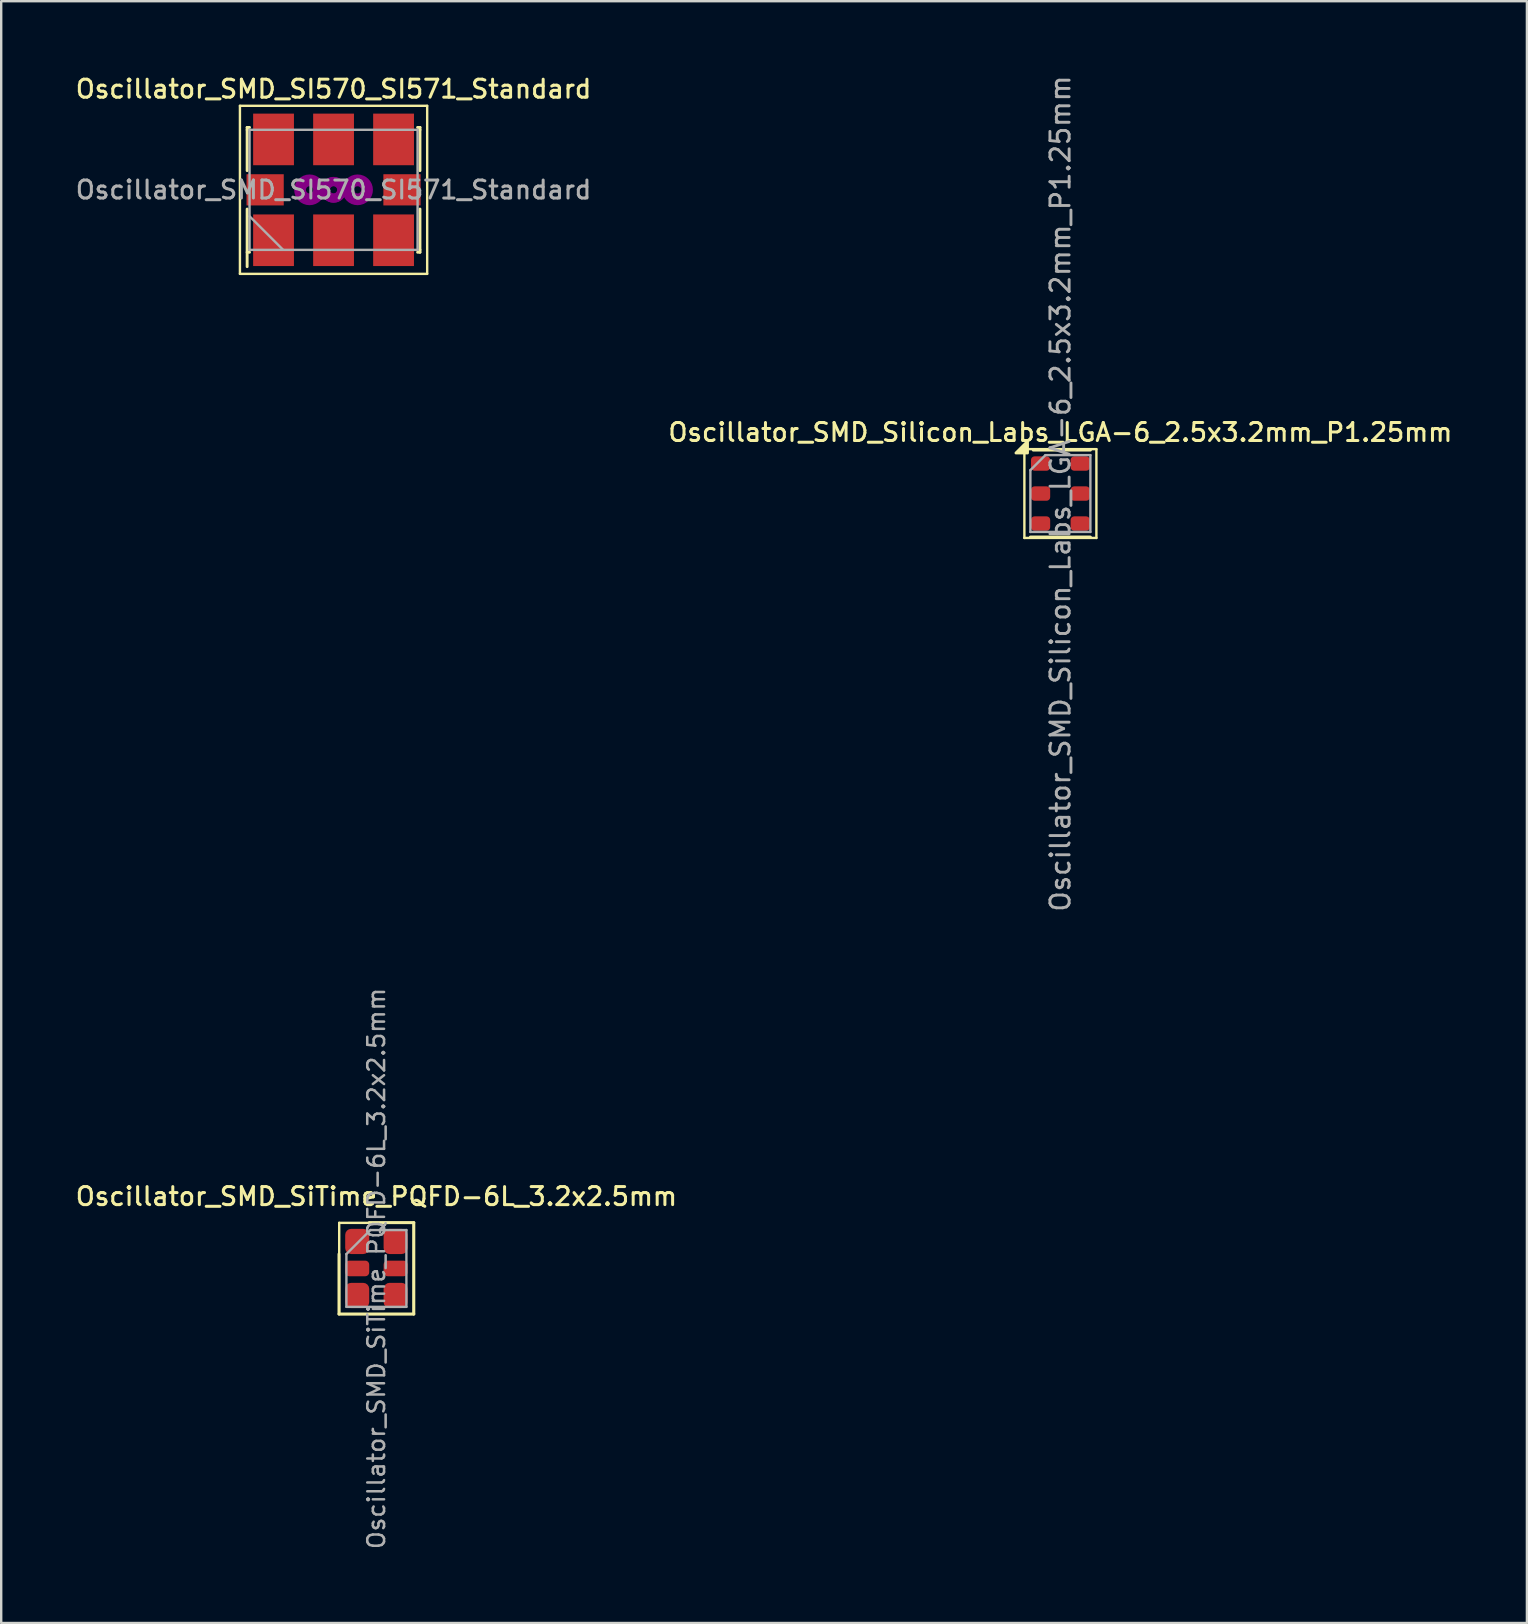
<source format=kicad_pcb>
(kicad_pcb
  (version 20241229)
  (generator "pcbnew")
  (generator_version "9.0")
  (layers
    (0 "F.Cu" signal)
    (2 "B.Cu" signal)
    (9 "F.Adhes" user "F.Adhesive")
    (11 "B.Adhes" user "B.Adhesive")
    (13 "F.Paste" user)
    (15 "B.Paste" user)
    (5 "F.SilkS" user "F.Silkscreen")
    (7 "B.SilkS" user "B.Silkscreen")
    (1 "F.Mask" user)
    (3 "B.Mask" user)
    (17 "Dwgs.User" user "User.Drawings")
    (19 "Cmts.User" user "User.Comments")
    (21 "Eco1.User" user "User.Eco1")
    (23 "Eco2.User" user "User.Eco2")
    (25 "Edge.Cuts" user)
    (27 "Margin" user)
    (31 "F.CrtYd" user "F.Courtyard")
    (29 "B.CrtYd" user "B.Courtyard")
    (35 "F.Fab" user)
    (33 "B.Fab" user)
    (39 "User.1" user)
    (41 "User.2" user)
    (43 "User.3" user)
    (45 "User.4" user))
  (footprint "Oscillator_SMD_SiTime_PQFD-6L_3.2x2.5mm"
    (layer "F.Cu")
    (at 12.63 49.79)
    (property "Reference" "Oscillator_SMD_SiTime_PQFD-6L_3.2x2.5mm" (at 0 -3 0) (layer "F.SilkS") (effects (font (size 0.75 0.75) (thickness 0.125))))
    (attr smd)
    (fp_line (start -1.56 -0.6) (end -1.56 1.9) (stroke (width 0.12) (type solid)) (layer "F.SilkS"))
    (fp_line (start -1.55 -1.9) (end -1.55 1.9) (stroke (width 0.1) (type solid)) (layer "F.SilkS"))
    (fp_line (start -1.55 1.9) (end 1.55 1.9) (stroke (width 0.1) (type solid)) (layer "F.SilkS"))
    (fp_line (start 1.55 -1.9) (end -1.55 -1.9) (stroke (width 0.1) (type solid)) (layer "F.SilkS"))
    (fp_line (start 1.55 1.9) (end 1.55 -1.9) (stroke (width 0.1) (type solid)) (layer "F.SilkS"))
    (fp_line (start 1.56 -1.91) (end -0.3 -1.91) (stroke (width 0.12) (type solid)) (layer "F.SilkS"))
    (fp_line (start 1.56 -1.905) (end 1.56 1.9) (stroke (width 0.12) (type solid)) (layer "F.SilkS"))
    (fp_line (start 1.56 1.9) (end -1.56 1.9) (stroke (width 0.12) (type solid)) (layer "F.SilkS"))
    (fp_line (start -1.25 1.6) (end -1.25 -0.6) (stroke (width 0.1) (type solid)) (layer "F.Fab"))
    (fp_line (start -0.25 -1.6) (end -1.25 -0.6) (stroke (width 0.1) (type solid)) (layer "F.Fab"))
    (fp_line (start -0.25 -1.6) (end 1.25 -1.6) (stroke (width 0.1) (type solid)) (layer "F.Fab"))
    (fp_line (start 1.25 -1.6) (end 1.25 1.6) (stroke (width 0.1) (type solid)) (layer "F.Fab"))
    (fp_line (start 1.25 1.6) (end -1.25 1.6) (stroke (width 0.1) (type solid)) (layer "F.Fab"))
    (fp_text user "${REFERENCE}" (at 0 0 270) (layer "F.Fab") (effects (font (size 0.7 0.7) (thickness 0.105))))
    (pad "1" smd roundrect (at -0.8 -1.125) (size 1 1.05) (layers "F.Cu" "F.Mask" "F.Paste") (roundrect_rratio 0.25))
    (pad "2" smd roundrect (at -0.8 0) (size 1 0.65) (layers "F.Cu" "F.Mask" "F.Paste") (roundrect_rratio 0.25))
    (pad "3" smd roundrect (at -0.8 1.125) (size 1 1.05) (layers "F.Cu" "F.Mask" "F.Paste") (roundrect_rratio 0.25))
    (pad "4" smd roundrect (at 0.8 1.125) (size 1 1.05) (layers "F.Cu" "F.Mask" "F.Paste") (roundrect_rratio 0.25))
    (pad "5" smd roundrect (at 0.8 0) (size 1 0.65) (layers "F.Cu" "F.Mask" "F.Paste") (roundrect_rratio 0.25))
    (pad "6" smd roundrect (at 0.8 -1.125) (size 1 1.05) (layers "F.Cu" "F.Mask" "F.Paste") (roundrect_rratio 0.25)))
  (footprint "Oscillator_SMD_SI570_SI571_Standard"
    (layer "F.Cu")
    (at 10.845 4.858)
    (property "Reference" "Oscillator_SMD_SI570_SI571_Standard" (at 0 -4.2 0) (layer "F.SilkS") (effects (font (size 0.75 0.75) (thickness 0.125))))
    (attr smd)
    (fp_line (start -3.9 -3.5) (end 3.9 -3.5) (stroke (width 0.1) (type solid)) (layer "F.SilkS"))
    (fp_line (start -3.9 3.5) (end -3.9 -3.5) (stroke (width 0.1) (type solid)) (layer "F.SilkS"))
    (fp_line (start -3.6 -2.6) (end -3.5 -2.6) (stroke (width 0.12) (type solid)) (layer "F.SilkS"))
    (fp_line (start -3.6 -2.5) (end -3.6 -2.6) (stroke (width 0.12) (type solid)) (layer "F.SilkS"))
    (fp_line (start -3.6 -2.5) (end -3.6 -0.8) (stroke (width 0.12) (type solid)) (layer "F.SilkS"))
    (fp_line (start -3.6 0.8) (end -3.6 3.2) (stroke (width 0.12) (type solid)) (layer "F.SilkS"))
    (fp_line (start -3.6 2.6) (end -3.5 2.6) (stroke (width 0.12) (type solid)) (layer "F.SilkS"))
    (fp_line (start 3.6 -2.6) (end 3.5 -2.6) (stroke (width 0.12) (type solid)) (layer "F.SilkS"))
    (fp_line (start 3.6 -2.5) (end 3.6 -2.6) (stroke (width 0.12) (type solid)) (layer "F.SilkS"))
    (fp_line (start 3.6 -0.8) (end 3.6 -2.5) (stroke (width 0.12) (type solid)) (layer "F.SilkS"))
    (fp_line (start 3.6 2.5) (end 3.6 0.8) (stroke (width 0.12) (type solid)) (layer "F.SilkS"))
    (fp_line (start 3.6 2.5) (end 3.6 2.6) (stroke (width 0.12) (type solid)) (layer "F.SilkS"))
    (fp_line (start 3.6 2.6) (end 3.5 2.6) (stroke (width 0.12) (type solid)) (layer "F.SilkS"))
    (fp_line (start 3.9 -3.5) (end 3.9 3.5) (stroke (width 0.1) (type solid)) (layer "F.SilkS"))
    (fp_line (start 3.9 3.5) (end -3.9 3.5) (stroke (width 0.1) (type solid)) (layer "F.SilkS"))
    (fp_circle (center -1 0) (end -0.85 0) (stroke (width 0.38) (type solid)) (fill no) (layer "F.Adhes"))
    (fp_circle (center -1 0) (end -0.55 0) (stroke (width 0.38) (type solid)) (fill no) (layer "F.Adhes"))
    (fp_circle (center 0 0) (end 0.15 0) (stroke (width 0.38) (type solid)) (fill no) (layer "F.Adhes"))
    (fp_circle (center 0 0) (end 0.35 0) (stroke (width 0.38) (type solid)) (fill no) (layer "F.Adhes"))
    (fp_circle (center 1 0) (end 0.55 0) (stroke (width 0.38) (type solid)) (fill no) (layer "F.Adhes"))
    (fp_circle (center 1 0) (end 0.85 0) (stroke (width 0.38) (type solid)) (fill no) (layer "F.Adhes"))
    (fp_line (start -3.5 -2.5) (end -3.5 2.5) (stroke (width 0.1) (type solid)) (layer "F.Fab"))
    (fp_line (start -3.5 1.1) (end -2.1 2.5) (stroke (width 0.1) (type solid)) (layer "F.Fab"))
    (fp_line (start -3.5 2.5) (end 3.5 2.5) (stroke (width 0.1) (type solid)) (layer "F.Fab"))
    (fp_line (start 3.5 -2.5) (end -3.5 -2.5) (stroke (width 0.1) (type solid)) (layer "F.Fab"))
    (fp_line (start 3.5 2.5) (end 3.5 -2.5) (stroke (width 0.1) (type solid)) (layer "F.Fab"))
    (fp_text user "${REFERENCE}" (at 0 0 0) (layer "F.Fab") (effects (font (size 0.75 0.75) (thickness 0.125))))
    (pad "1" smd rect (at -2.5 2.1) (size 1.7 2.15) (layers "F.Cu" "F.Mask" "F.Paste"))
    (pad "2" smd rect (at 0 2.1) (size 1.7 2.15) (layers "F.Cu" "F.Mask" "F.Paste"))
    (pad "3" smd rect (at 2.5 2.1) (size 1.7 2.15) (layers "F.Cu" "F.Mask" "F.Paste"))
    (pad "4" smd rect (at 2.5 -2.1) (size 1.7 2.15) (layers "F.Cu" "F.Mask" "F.Paste"))
    (pad "5" smd rect (at 0 -2.1) (size 1.7 2.15) (layers "F.Cu" "F.Mask" "F.Paste"))
    (pad "6" smd rect (at -2.5 -2.1) (size 1.7 2.15) (layers "F.Cu" "F.Mask" "F.Paste"))
    (pad "7" smd rect (at -2.85 0) (size 1.55 1.3) (layers "F.Cu" "F.Mask" "F.Paste"))
    (pad "8" smd rect (at 2.85 0) (size 1.55 1.3) (layers "F.Cu" "F.Mask" "F.Paste")))
  (footprint "Oscillator_SMD_Silicon_Labs_LGA-6_2.5x3.2mm_P1.25mm"
    (layer "F.Cu")
    (at 41.123 17.51)
    (property "Reference" "Oscillator_SMD_Silicon_Labs_LGA-6_2.5x3.2mm_P1.25mm" (at 0 -2.55 0) (layer "F.SilkS") (effects (font (size 0.75 0.75) (thickness 0.125))))
    (attr smd)
    (fp_line (start -1.5 -1.85) (end -1.5 1.85) (stroke (width 0.1) (type solid)) (layer "F.SilkS"))
    (fp_line (start -1.5 1.85) (end 1.5 1.85) (stroke (width 0.1) (type solid)) (layer "F.SilkS"))
    (fp_line (start -1.25 1.81) (end 1.25 1.81) (stroke (width 0.12) (type solid)) (layer "F.SilkS"))
    (fp_line (start -1.13 -1.81) (end 1.25 -1.81) (stroke (width 0.12) (type solid)) (layer "F.SilkS"))
    (fp_line (start 1.5 -1.85) (end -1.5 -1.85) (stroke (width 0.1) (type solid)) (layer "F.SilkS"))
    (fp_line (start 1.5 1.85) (end 1.5 -1.85) (stroke (width 0.1) (type solid)) (layer "F.SilkS"))
    (fp_poly (pts (xy -1.37 -1.69) (xy -1.85 -1.69) (xy -1.37 -2.17) (xy -1.37 -1.69)) (stroke (width 0.12) (type solid)) (fill yes) (layer "F.SilkS"))
    (fp_line (start -1.25 -0.975) (end -0.625 -1.6) (stroke (width 0.1) (type solid)) (layer "F.Fab"))
    (fp_line (start -1.25 1.6) (end -1.25 -0.975) (stroke (width 0.1) (type solid)) (layer "F.Fab"))
    (fp_line (start -0.625 -1.6) (end 1.25 -1.6) (stroke (width 0.1) (type solid)) (layer "F.Fab"))
    (fp_line (start 1.25 -1.6) (end 1.25 1.6) (stroke (width 0.1) (type solid)) (layer "F.Fab"))
    (fp_line (start 1.25 1.6) (end -1.25 1.6) (stroke (width 0.1) (type solid)) (layer "F.Fab"))
    (fp_text user "${REFERENCE}" (at 0 0 90) (layer "F.Fab") (effects (font (size 0.8 0.8) (thickness 0.12))))
    (pad "1" smd roundrect (at -0.825 -1.25) (size 0.8 0.6) (layers "F.Cu" "F.Mask" "F.Paste") (roundrect_rratio 0.25))
    (pad "2" smd roundrect (at -0.825 0) (size 0.8 0.6) (layers "F.Cu" "F.Mask" "F.Paste") (roundrect_rratio 0.25))
    (pad "3" smd roundrect (at -0.825 1.25) (size 0.8 0.6) (layers "F.Cu" "F.Mask" "F.Paste") (roundrect_rratio 0.25))
    (pad "4" smd roundrect (at 0.825 1.25) (size 0.8 0.6) (layers "F.Cu" "F.Mask" "F.Paste") (roundrect_rratio 0.25))
    (pad "5" smd roundrect (at 0.825 0) (size 0.8 0.6) (layers "F.Cu" "F.Mask" "F.Paste") (roundrect_rratio 0.25))
    (pad "6" smd roundrect (at 0.825 -1.25) (size 0.8 0.6) (layers "F.Cu" "F.Mask" "F.Paste") (roundrect_rratio 0.25)))
  (gr_rect
    (start -3 -3)
    (end 60.557 64.561)
    (stroke (width 0.1) (type default))
    (fill no)
    (layer "Edge.Cuts")))
</source>
